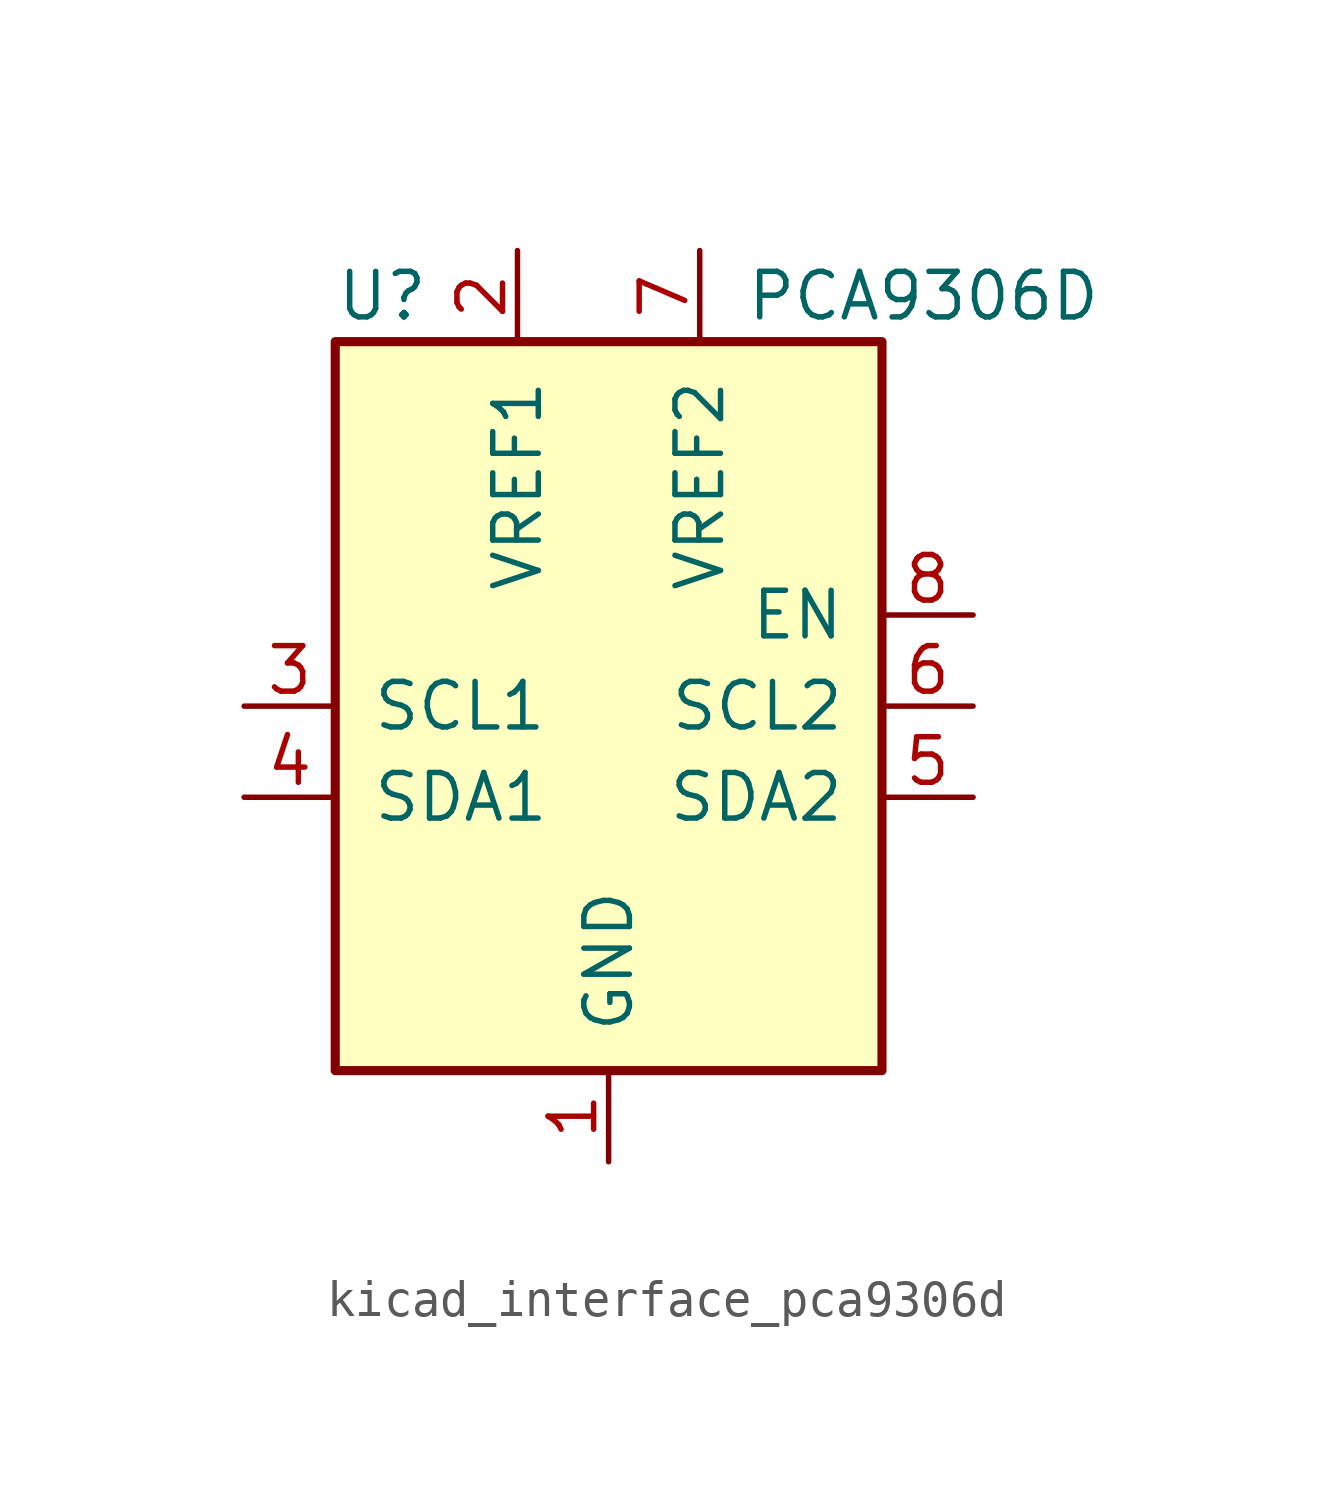
<source format=kicad_sym>
(kicad_symbol_lib
  (version 20220914)
  (generator kicad_symbol_editor)
  (symbol "kicad_interface_pca9306d"
    (pin_names
      (offset 1.016))
    (property "Reference" "U"
      (at -7.62 11.43 0)
      (effects (font (size 1.27 1.27)) (justify left)))
    (property "Value" "PCA9306D"
      (at 3.81 11.43 0)
      (effects (font (size 1.27 1.27)) (justify left)))
    (symbol "kicad_interface_pca9306d_0_1"
      (rectangle (start -7.62 10.16) (end 7.62 -10.16) (stroke (width 0.254) (type default)) (fill (type background))))
    (symbol "kicad_interface_pca9306d_1_1"
      (pin power_in line (at 0 -12.7 90) (length 2.54) (name "GND" (effects (font (size 1.27 1.27)))) (number "1" (effects (font (size 1.27 1.27)))))
      (pin power_in line (at -2.54 12.7 270) (length 2.54) (name "VREF1" (effects (font (size 1.27 1.27)))) (number "2" (effects (font (size 1.27 1.27)))))
      (pin bidirectional line (at -10.16 0 0) (length 2.54) (name "SCL1" (effects (font (size 1.27 1.27)))) (number "3" (effects (font (size 1.27 1.27)))))
      (pin bidirectional line (at -10.16 -2.54 0) (length 2.54) (name "SDA1" (effects (font (size 1.27 1.27)))) (number "4" (effects (font (size 1.27 1.27)))))
      (pin bidirectional line (at 10.16 -2.54 180) (length 2.54) (name "SDA2" (effects (font (size 1.27 1.27)))) (number "5" (effects (font (size 1.27 1.27)))))
      (pin bidirectional line (at 10.16 0 180) (length 2.54) (name "SCL2" (effects (font (size 1.27 1.27)))) (number "6" (effects (font (size 1.27 1.27)))))
      (pin power_in line (at 2.54 12.7 270) (length 2.54) (name "VREF2" (effects (font (size 1.27 1.27)))) (number "7" (effects (font (size 1.27 1.27)))))
      (pin input line (at 10.16 2.54 180) (length 2.54) (name "EN" (effects (font (size 1.27 1.27)))) (number "8" (effects (font (size 1.27 1.27))))))))
</source>
